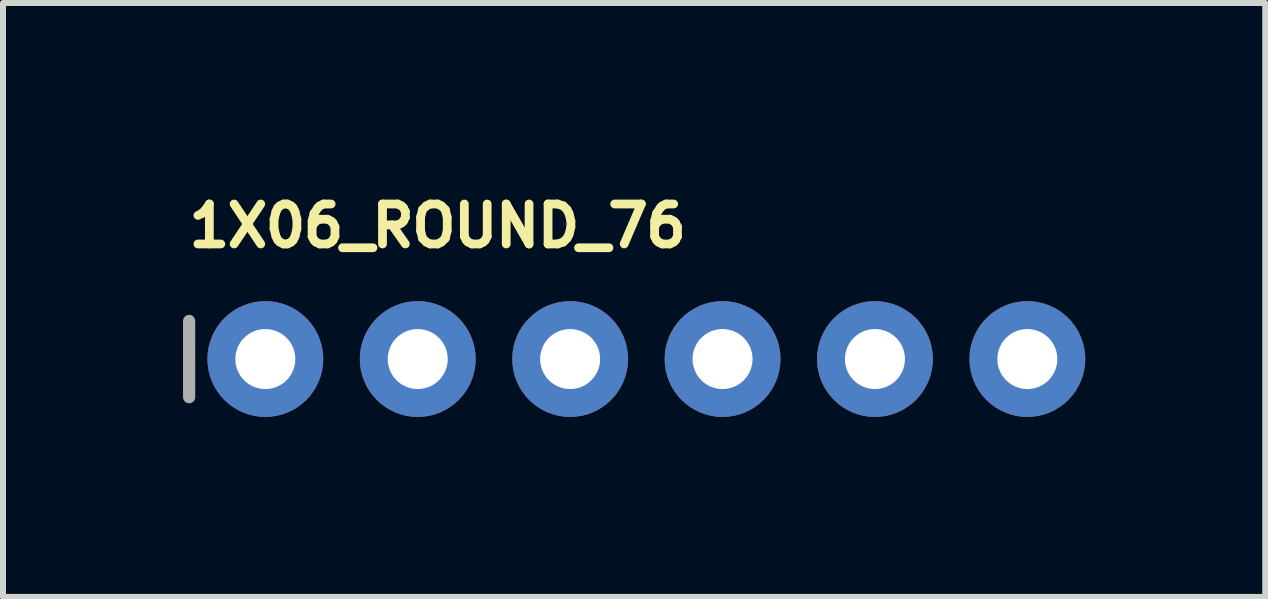
<source format=kicad_pcb>
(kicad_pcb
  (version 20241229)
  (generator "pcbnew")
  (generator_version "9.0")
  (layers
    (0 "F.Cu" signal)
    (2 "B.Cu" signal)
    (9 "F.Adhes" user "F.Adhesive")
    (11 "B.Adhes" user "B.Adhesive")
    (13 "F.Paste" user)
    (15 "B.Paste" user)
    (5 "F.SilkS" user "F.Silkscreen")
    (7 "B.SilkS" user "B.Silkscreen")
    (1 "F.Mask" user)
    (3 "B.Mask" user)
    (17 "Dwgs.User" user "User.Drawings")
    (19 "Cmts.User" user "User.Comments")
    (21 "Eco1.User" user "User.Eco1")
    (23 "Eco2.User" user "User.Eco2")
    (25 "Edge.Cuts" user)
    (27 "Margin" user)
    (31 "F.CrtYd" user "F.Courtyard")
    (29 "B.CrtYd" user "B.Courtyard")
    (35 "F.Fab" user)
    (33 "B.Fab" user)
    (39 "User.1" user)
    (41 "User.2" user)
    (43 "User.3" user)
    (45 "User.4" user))
  (footprint "1X06_ROUND_76"
    (layer "F.Cu")
    (at 7.722 2.934)
    (property "Reference" "1X06_ROUND_76" (at -7.696 -1.829 0) (layer "F.SilkS") (effects (font (size 0.666 0.666) (thickness 0.146)) (justify left bottom)))
    (fp_line (start -7.62 -0.635) (end -7.62 0.635) (stroke (width 0.203) (type solid)) (layer "F.Fab"))
    (fp_poly (pts (xy -6.604 0.254) (xy -6.096 0.254) (xy -6.096 -0.254) (xy -6.604 -0.254)) (stroke (width 0.1) (type solid)) (fill no) (layer "F.Fab"))
    (fp_poly (pts (xy -4.064 0.254) (xy -3.556 0.254) (xy -3.556 -0.254) (xy -4.064 -0.254)) (stroke (width 0.1) (type solid)) (fill no) (layer "F.Fab"))
    (fp_poly (pts (xy -1.524 0.254) (xy -1.016 0.254) (xy -1.016 -0.254) (xy -1.524 -0.254)) (stroke (width 0.1) (type solid)) (fill no) (layer "F.Fab"))
    (fp_poly (pts (xy 1.016 0.254) (xy 1.524 0.254) (xy 1.524 -0.254) (xy 1.016 -0.254)) (stroke (width 0.1) (type solid)) (fill no) (layer "F.Fab"))
    (fp_poly (pts (xy 3.556 0.254) (xy 4.064 0.254) (xy 4.064 -0.254) (xy 3.556 -0.254)) (stroke (width 0.1) (type solid)) (fill no) (layer "F.Fab"))
    (fp_poly (pts (xy 6.096 0.254) (xy 6.604 0.254) (xy 6.604 -0.254) (xy 6.096 -0.254)) (stroke (width 0.1) (type solid)) (fill no) (layer "F.Fab"))
    (pad "1" thru_hole circle (at -6.35 0 90) (size 1.93 1.93) (drill 1) (layers "*.Cu" "*.Mask"))
    (pad "2" thru_hole circle (at -3.81 0 90) (size 1.93 1.93) (drill 1) (layers "*.Cu" "*.Mask"))
    (pad "3" thru_hole circle (at -1.27 0 90) (size 1.93 1.93) (drill 1) (layers "*.Cu" "*.Mask"))
    (pad "4" thru_hole circle (at 1.27 0 90) (size 1.93 1.93) (drill 1) (layers "*.Cu" "*.Mask"))
    (pad "5" thru_hole circle (at 3.81 0 90) (size 1.93 1.93) (drill 1) (layers "*.Cu" "*.Mask"))
    (pad "6" thru_hole circle (at 6.35 0 90) (size 1.93 1.93) (drill 1) (layers "*.Cu" "*.Mask")))
  (gr_rect
    (start -3 -3)
    (end 18.037 6.899)
    (stroke (width 0.1) (type default))
    (fill no)
    (layer "Edge.Cuts")))
</source>
